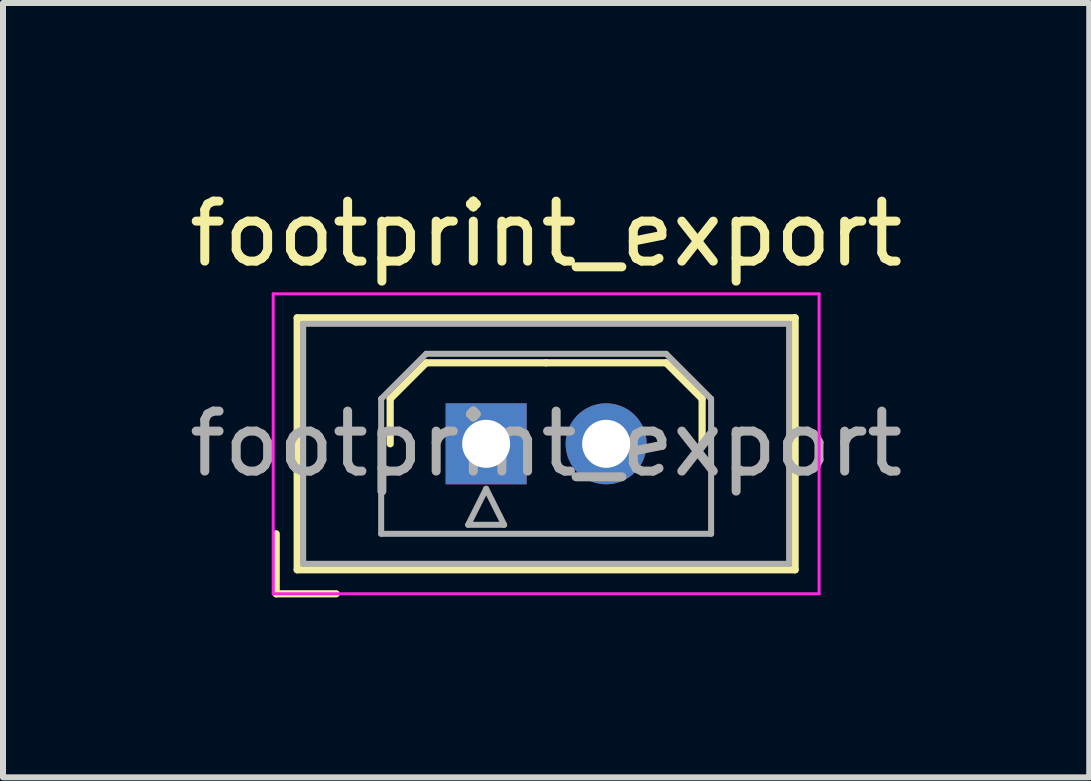
<source format=kicad_pcb>
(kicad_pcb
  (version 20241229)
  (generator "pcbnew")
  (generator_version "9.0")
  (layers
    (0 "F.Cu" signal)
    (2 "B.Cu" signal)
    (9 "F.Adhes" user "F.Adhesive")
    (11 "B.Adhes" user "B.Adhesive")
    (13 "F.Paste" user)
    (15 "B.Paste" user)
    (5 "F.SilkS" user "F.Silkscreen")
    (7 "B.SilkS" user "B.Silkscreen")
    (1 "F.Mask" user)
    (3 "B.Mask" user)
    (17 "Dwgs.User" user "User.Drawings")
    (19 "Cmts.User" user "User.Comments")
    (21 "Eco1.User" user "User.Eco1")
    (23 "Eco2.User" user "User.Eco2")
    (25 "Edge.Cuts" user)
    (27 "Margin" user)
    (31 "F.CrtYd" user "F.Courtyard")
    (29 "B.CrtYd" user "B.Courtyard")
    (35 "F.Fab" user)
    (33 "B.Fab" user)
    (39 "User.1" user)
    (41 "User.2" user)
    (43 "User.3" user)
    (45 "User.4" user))
  (footprint "footprint_export"
    (layer "F.Cu")
    (at 5.054 4.348)
    (property "Reference" "footprint_export" (at 1 -3.5 0) (layer "F.SilkS") (effects (font (size 1 1) (thickness 0.15))))
    (attr through_hole)
    (fp_line (start -3.5 1.5) (end -3.5 2.5) (stroke (width 0.12) (type solid)) (layer "F.SilkS"))
    (fp_line (start -3.5 2.5) (end -2.5 2.5) (stroke (width 0.12) (type solid)) (layer "F.SilkS"))
    (fp_line (start -3.15 -2.1) (end -3.15 2.1) (stroke (width 0.12) (type solid)) (layer "F.SilkS"))
    (fp_line (start -3.15 2.1) (end 5.15 2.1) (stroke (width 0.12) (type solid)) (layer "F.SilkS"))
    (fp_line (start -1.6 -0.75) (end -1 -1.35) (stroke (width 0.12) (type solid)) (layer "F.SilkS"))
    (fp_line (start -1.6 0) (end -1.6 -0.75) (stroke (width 0.12) (type solid)) (layer "F.SilkS"))
    (fp_line (start -1 -1.35) (end 1 -1.35) (stroke (width 0.12) (type solid)) (layer "F.SilkS"))
    (fp_line (start 3 -1.35) (end 1 -1.35) (stroke (width 0.12) (type solid)) (layer "F.SilkS"))
    (fp_line (start 3.6 -0.75) (end 3 -1.35) (stroke (width 0.12) (type solid)) (layer "F.SilkS"))
    (fp_line (start 3.6 0) (end 3.6 -0.75) (stroke (width 0.12) (type solid)) (layer "F.SilkS"))
    (fp_line (start 5.15 -2.1) (end -3.15 -2.1) (stroke (width 0.12) (type solid)) (layer "F.SilkS"))
    (fp_line (start 5.15 2.1) (end 5.15 -2.1) (stroke (width 0.12) (type solid)) (layer "F.SilkS"))
    (fp_line (start -3.55 -2.5) (end -3.55 2.5) (stroke (width 0.05) (type solid)) (layer "F.CrtYd"))
    (fp_line (start -3.55 2.5) (end 5.55 2.5) (stroke (width 0.05) (type solid)) (layer "F.CrtYd"))
    (fp_line (start 5.55 -2.5) (end -3.55 -2.5) (stroke (width 0.05) (type solid)) (layer "F.CrtYd"))
    (fp_line (start 5.55 2.5) (end 5.55 -2.5) (stroke (width 0.05) (type solid)) (layer "F.CrtYd"))
    (fp_line (start -3.05 -2) (end -3.05 2) (stroke (width 0.1) (type solid)) (layer "F.Fab"))
    (fp_line (start -3.05 2) (end 5.05 2) (stroke (width 0.1) (type solid)) (layer "F.Fab"))
    (fp_line (start -1.75 -0.75) (end -1 -1.5) (stroke (width 0.1) (type solid)) (layer "F.Fab"))
    (fp_line (start -1.75 1.5) (end -1.75 -0.75) (stroke (width 0.1) (type solid)) (layer "F.Fab"))
    (fp_line (start -1 -1.5) (end 3 -1.5) (stroke (width 0.1) (type solid)) (layer "F.Fab"))
    (fp_line (start -0.3 1.35) (end 0.3 1.35) (stroke (width 0.1) (type solid)) (layer "F.Fab"))
    (fp_line (start 0 0.75) (end -0.3 1.35) (stroke (width 0.1) (type solid)) (layer "F.Fab"))
    (fp_line (start 0.3 1.35) (end 0 0.75) (stroke (width 0.1) (type solid)) (layer "F.Fab"))
    (fp_line (start 3 -1.5) (end 3.75 -0.75) (stroke (width 0.1) (type solid)) (layer "F.Fab"))
    (fp_line (start 3.75 -0.75) (end 3.75 1.5) (stroke (width 0.1) (type solid)) (layer "F.Fab"))
    (fp_line (start 3.75 1.5) (end -1.75 1.5) (stroke (width 0.1) (type solid)) (layer "F.Fab"))
    (fp_line (start 5.05 -2) (end -3.05 -2) (stroke (width 0.1) (type solid)) (layer "F.Fab"))
    (fp_line (start 5.05 2) (end 5.05 -2) (stroke (width 0.1) (type solid)) (layer "F.Fab"))
    (fp_text user "${REFERENCE}" (at 1 0 0) (layer "F.Fab") (effects (font (size 1 1) (thickness 0.15))))
    (pad "1" thru_hole rect (at 0 0) (size 1.35 1.35) (drill 0.8) (layers "*.Cu" "*.Mask"))
    (pad "2" thru_hole circle (at 2 0) (size 1.35 1.35) (drill 0.8) (layers "*.Cu" "*.Mask")))
  (gr_rect
    (start -3 -3)
    (end 15.107 9.908)
    (stroke (width 0.1) (type default))
    (fill no)
    (layer "Edge.Cuts")))
</source>
